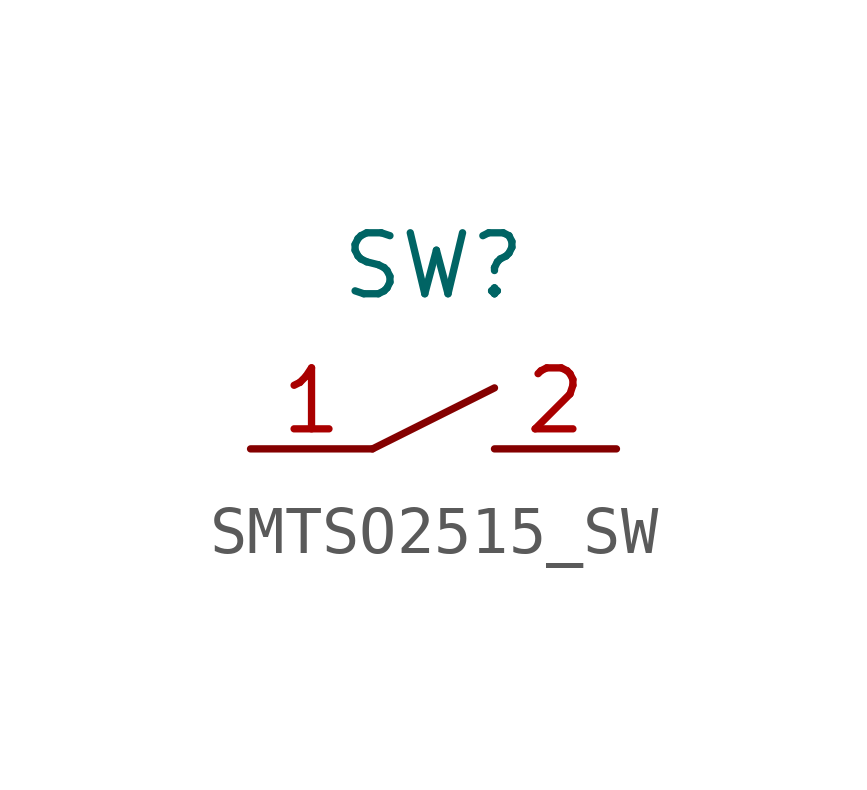
<source format=kicad_sym>
(kicad_symbol_lib
  (version 20231120)
  (generator "kicad_symbol_editor")
  (generator_version "8.0")
  (symbol "SMTSO2515_SW"
    (property "Reference" "SW"
      (at 0 3.81 0)
      (effects (font (size 1.27 1.27))))
    (property "Value" ""
      (at 0 0 0)
      (effects (font (size 1.27 1.27))))
    (symbol "SMTSO2515_SW_0_1"
      (polyline (pts (xy -1.27 0) (xy 1.27 1.27)) (stroke (width 0) (type default)) (fill (type none))))
    (symbol "SMTSO2515_SW_1_1"
      (pin input line (at -3.81 0 0) (length 2.54) (name "" (effects (font (size 1.27 1.27)))) (number "1" (effects (font (size 1.27 1.27)))))
      (pin output line (at 3.81 0 180) (length 2.54) (name "" (effects (font (size 1.27 1.27)))) (number "2" (effects (font (size 1.27 1.27))))))))
</source>
